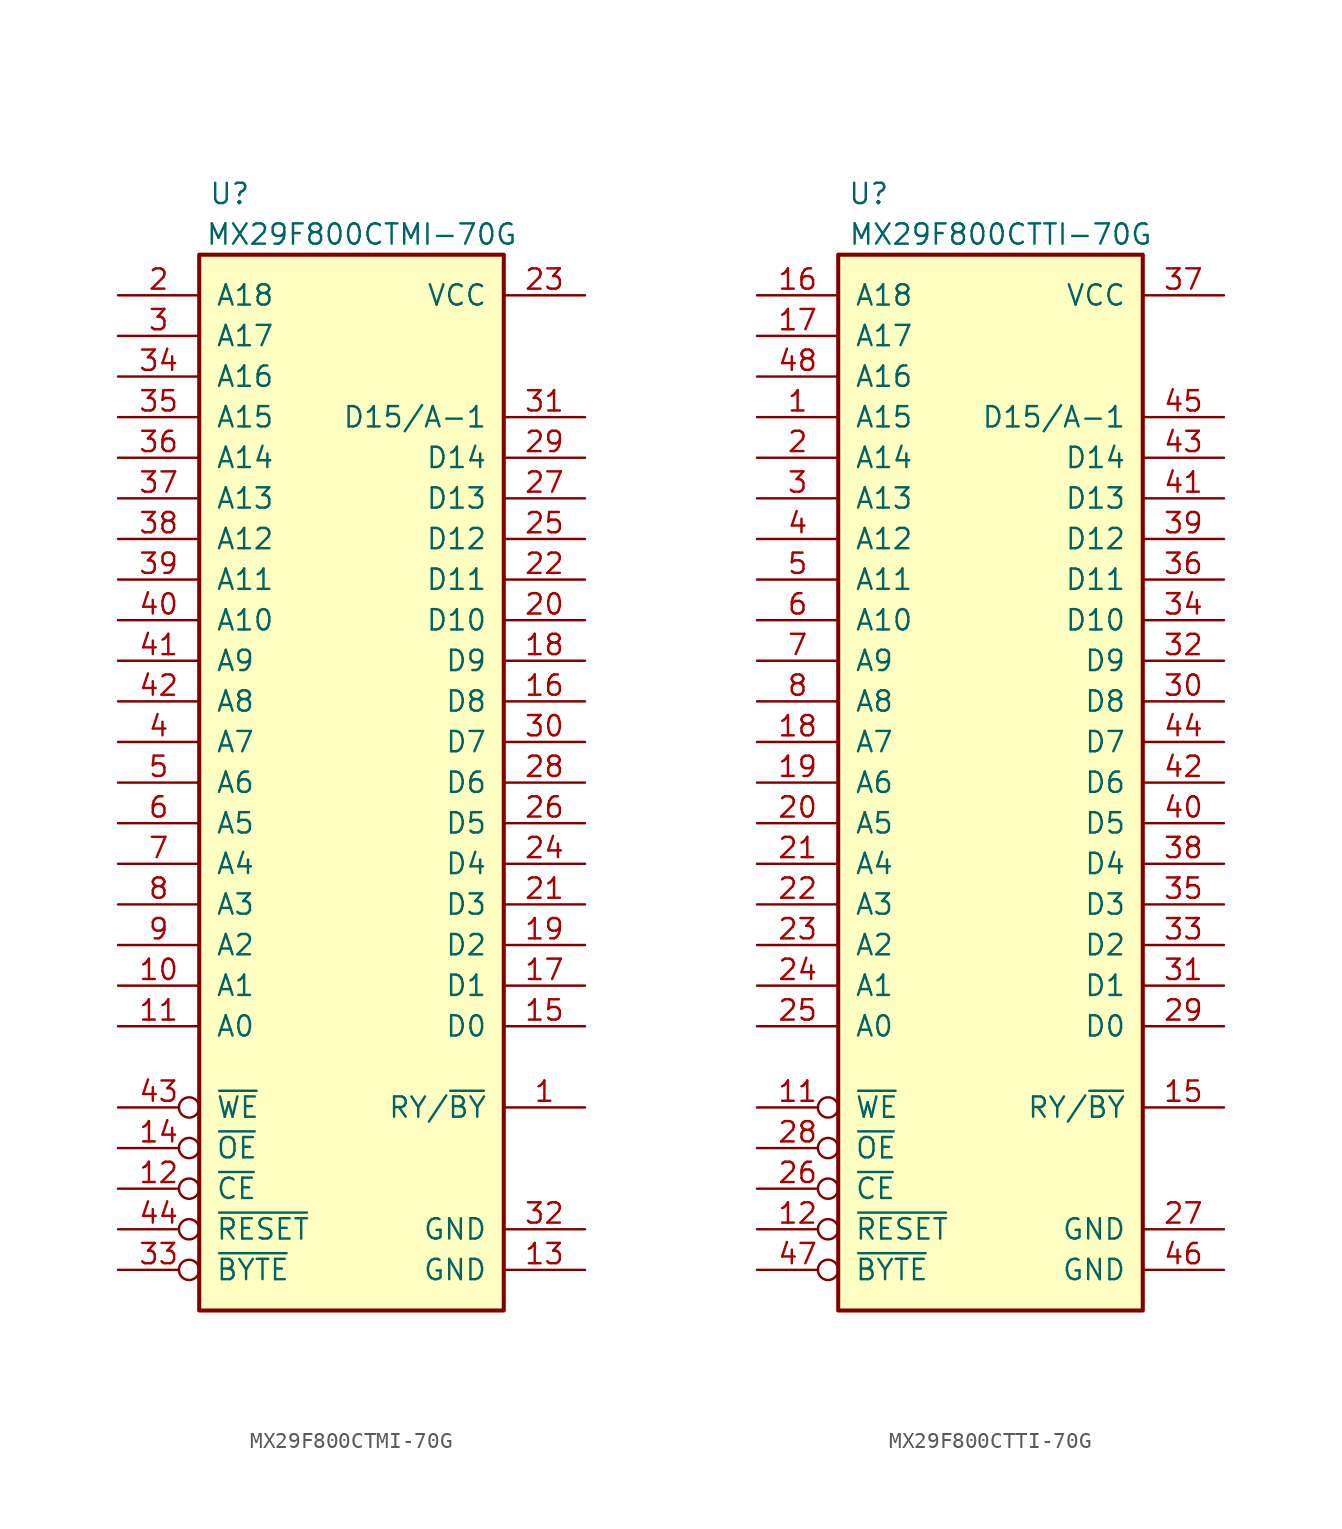
<source format=kicad_sym>
(kicad_symbol_lib
  (version 20211014)
  (generator kicad_symbol_editor)
  (symbol "MX29F800CTMI-70G"
    (pin_names
      (offset 1.016))
    (property "Reference" "U"
      (at 1.905 3.81 0)
      (effects (font (size 1.27 1.27))))
    (property "Value" "MX29F800CTMI-70G"
      (at 10.16 1.27 0)
      (effects (font (size 1.27 1.27))))
    (symbol "MX29F800CTMI-70G_0_0"
      (pin power_in line (at 24.13 -2.54 180) (length 5.08) (name "VCC" (effects (font (size 1.27 1.27)))) (number "23" (effects (font (size 1.27 1.27)))))
      (pin input inverted (at -5.08 -63.5 0) (length 5.08) (name "~{BYTE}" (effects (font (size 1.27 1.27)))) (number "33" (effects (font (size 1.27 1.27))))))
    (symbol "MX29F800CTMI-70G_0_1"
      (rectangle (start 0 0) (end 19.05 -66.04) (stroke (width 0.254) (type default) (color 0 0 0 0)) (fill (type background))))
    (symbol "MX29F800CTMI-70G_1_0"
      (pin power_in line (at 24.13 -63.5 180) (length 5.08) (name "GND" (effects (font (size 1.27 1.27)))) (number "13" (effects (font (size 1.27 1.27)))))
      (pin power_in line (at 24.13 -60.96 180) (length 5.08) (name "GND" (effects (font (size 1.27 1.27)))) (number "32" (effects (font (size 1.27 1.27))))))
    (symbol "MX29F800CTMI-70G_1_1"
      (pin output line (at 24.13 -53.34 180) (length 5.08) (name "RY/~{BY}" (effects (font (size 1.27 1.27)))) (number "1" (effects (font (size 1.27 1.27)))))
      (pin input line (at -5.08 -45.72 0) (length 5.08) (name "A1" (effects (font (size 1.27 1.27)))) (number "10" (effects (font (size 1.27 1.27)))))
      (pin input line (at -5.08 -48.26 0) (length 5.08) (name "A0" (effects (font (size 1.27 1.27)))) (number "11" (effects (font (size 1.27 1.27)))))
      (pin input inverted (at -5.08 -58.42 0) (length 5.08) (name "~{CE}" (effects (font (size 1.27 1.27)))) (number "12" (effects (font (size 1.27 1.27)))))
      (pin input inverted (at -5.08 -55.88 0) (length 5.08) (name "~{OE}" (effects (font (size 1.27 1.27)))) (number "14" (effects (font (size 1.27 1.27)))))
      (pin tri_state line (at 24.13 -48.26 180) (length 5.08) (name "D0" (effects (font (size 1.27 1.27)))) (number "15" (effects (font (size 1.27 1.27)))))
      (pin tri_state line (at 24.13 -27.94 180) (length 5.08) (name "D8" (effects (font (size 1.27 1.27)))) (number "16" (effects (font (size 1.27 1.27)))))
      (pin tri_state line (at 24.13 -45.72 180) (length 5.08) (name "D1" (effects (font (size 1.27 1.27)))) (number "17" (effects (font (size 1.27 1.27)))))
      (pin tri_state line (at 24.13 -25.4 180) (length 5.08) (name "D9" (effects (font (size 1.27 1.27)))) (number "18" (effects (font (size 1.27 1.27)))))
      (pin tri_state line (at 24.13 -43.18 180) (length 5.08) (name "D2" (effects (font (size 1.27 1.27)))) (number "19" (effects (font (size 1.27 1.27)))))
      (pin input line (at -5.08 -2.54 0) (length 5.08) (name "A18" (effects (font (size 1.27 1.27)))) (number "2" (effects (font (size 1.27 1.27)))))
      (pin tri_state line (at 24.13 -22.86 180) (length 5.08) (name "D10" (effects (font (size 1.27 1.27)))) (number "20" (effects (font (size 1.27 1.27)))))
      (pin tri_state line (at 24.13 -40.64 180) (length 5.08) (name "D3" (effects (font (size 1.27 1.27)))) (number "21" (effects (font (size 1.27 1.27)))))
      (pin tri_state line (at 24.13 -20.32 180) (length 5.08) (name "D11" (effects (font (size 1.27 1.27)))) (number "22" (effects (font (size 1.27 1.27)))))
      (pin tri_state line (at 24.13 -38.1 180) (length 5.08) (name "D4" (effects (font (size 1.27 1.27)))) (number "24" (effects (font (size 1.27 1.27)))))
      (pin tri_state line (at 24.13 -17.78 180) (length 5.08) (name "D12" (effects (font (size 1.27 1.27)))) (number "25" (effects (font (size 1.27 1.27)))))
      (pin tri_state line (at 24.13 -35.56 180) (length 5.08) (name "D5" (effects (font (size 1.27 1.27)))) (number "26" (effects (font (size 1.27 1.27)))))
      (pin tri_state line (at 24.13 -15.24 180) (length 5.08) (name "D13" (effects (font (size 1.27 1.27)))) (number "27" (effects (font (size 1.27 1.27)))))
      (pin tri_state line (at 24.13 -33.02 180) (length 5.08) (name "D6" (effects (font (size 1.27 1.27)))) (number "28" (effects (font (size 1.27 1.27)))))
      (pin tri_state line (at 24.13 -12.7 180) (length 5.08) (name "D14" (effects (font (size 1.27 1.27)))) (number "29" (effects (font (size 1.27 1.27)))))
      (pin input line (at -5.08 -5.08 0) (length 5.08) (name "A17" (effects (font (size 1.27 1.27)))) (number "3" (effects (font (size 1.27 1.27)))))
      (pin tri_state line (at 24.13 -30.48 180) (length 5.08) (name "D7" (effects (font (size 1.27 1.27)))) (number "30" (effects (font (size 1.27 1.27)))))
      (pin tri_state line (at 24.13 -10.16 180) (length 5.08) (name "D15/A-1" (effects (font (size 1.27 1.27)))) (number "31" (effects (font (size 1.27 1.27)))))
      (pin input line (at -5.08 -7.62 0) (length 5.08) (name "A16" (effects (font (size 1.27 1.27)))) (number "34" (effects (font (size 1.27 1.27)))))
      (pin input line (at -5.08 -10.16 0) (length 5.08) (name "A15" (effects (font (size 1.27 1.27)))) (number "35" (effects (font (size 1.27 1.27)))))
      (pin input line (at -5.08 -12.7 0) (length 5.08) (name "A14" (effects (font (size 1.27 1.27)))) (number "36" (effects (font (size 1.27 1.27)))))
      (pin input line (at -5.08 -15.24 0) (length 5.08) (name "A13" (effects (font (size 1.27 1.27)))) (number "37" (effects (font (size 1.27 1.27)))))
      (pin input line (at -5.08 -17.78 0) (length 5.08) (name "A12" (effects (font (size 1.27 1.27)))) (number "38" (effects (font (size 1.27 1.27)))))
      (pin input line (at -5.08 -20.32 0) (length 5.08) (name "A11" (effects (font (size 1.27 1.27)))) (number "39" (effects (font (size 1.27 1.27)))))
      (pin input line (at -5.08 -30.48 0) (length 5.08) (name "A7" (effects (font (size 1.27 1.27)))) (number "4" (effects (font (size 1.27 1.27)))))
      (pin input line (at -5.08 -22.86 0) (length 5.08) (name "A10" (effects (font (size 1.27 1.27)))) (number "40" (effects (font (size 1.27 1.27)))))
      (pin input line (at -5.08 -25.4 0) (length 5.08) (name "A9" (effects (font (size 1.27 1.27)))) (number "41" (effects (font (size 1.27 1.27)))))
      (pin input line (at -5.08 -27.94 0) (length 5.08) (name "A8" (effects (font (size 1.27 1.27)))) (number "42" (effects (font (size 1.27 1.27)))))
      (pin input inverted (at -5.08 -53.34 0) (length 5.08) (name "~{WE}" (effects (font (size 1.27 1.27)))) (number "43" (effects (font (size 1.27 1.27)))))
      (pin input inverted (at -5.08 -60.96 0) (length 5.08) (name "~{RESET}" (effects (font (size 1.27 1.27)))) (number "44" (effects (font (size 1.27 1.27)))))
      (pin input line (at -5.08 -33.02 0) (length 5.08) (name "A6" (effects (font (size 1.27 1.27)))) (number "5" (effects (font (size 1.27 1.27)))))
      (pin input line (at -5.08 -35.56 0) (length 5.08) (name "A5" (effects (font (size 1.27 1.27)))) (number "6" (effects (font (size 1.27 1.27)))))
      (pin input line (at -5.08 -38.1 0) (length 5.08) (name "A4" (effects (font (size 1.27 1.27)))) (number "7" (effects (font (size 1.27 1.27)))))
      (pin input line (at -5.08 -40.64 0) (length 5.08) (name "A3" (effects (font (size 1.27 1.27)))) (number "8" (effects (font (size 1.27 1.27)))))
      (pin input line (at -5.08 -43.18 0) (length 5.08) (name "A2" (effects (font (size 1.27 1.27)))) (number "9" (effects (font (size 1.27 1.27)))))))
  (symbol "MX29F800CTTI-70G"
    (pin_names
      (offset 1.016))
    (property "Reference" "U"
      (at 1.905 3.81 0)
      (effects (font (size 1.27 1.27))))
    (property "Value" "MX29F800CTTI-70G"
      (at 10.16 1.27 0)
      (effects (font (size 1.27 1.27))))
    (symbol "MX29F800CTTI-70G_0_0"
      (pin passive line (at 24.13 -2.54 180) (length 5.08) (name "VCC" (effects (font (size 1.27 1.27)))) (number "37" (effects (font (size 1.27 1.27)))))
      (pin input inverted (at -5.08 -63.5 0) (length 5.08) (name "~{BYTE}" (effects (font (size 1.27 1.27)))) (number "47" (effects (font (size 1.27 1.27))))))
    (symbol "MX29F800CTTI-70G_0_1"
      (rectangle (start 0 0) (end 19.05 -66.04) (stroke (width 0.254) (type default) (color 0 0 0 0)) (fill (type background))))
    (symbol "MX29F800CTTI-70G_1_0"
      (pin power_in line (at 24.13 -60.96 180) (length 5.08) (name "GND" (effects (font (size 1.27 1.27)))) (number "27" (effects (font (size 1.27 1.27)))))
      (pin power_in line (at 24.13 -63.5 180) (length 5.08) (name "GND" (effects (font (size 1.27 1.27)))) (number "46" (effects (font (size 1.27 1.27))))))
    (symbol "MX29F800CTTI-70G_1_1"
      (pin input line (at -5.08 -10.16 0) (length 5.08) (name "A15" (effects (font (size 1.27 1.27)))) (number "1" (effects (font (size 1.27 1.27)))))
      (pin input inverted (at -5.08 -53.34 0) (length 5.08) (name "~{WE}" (effects (font (size 1.27 1.27)))) (number "11" (effects (font (size 1.27 1.27)))))
      (pin input inverted (at -5.08 -60.96 0) (length 5.08) (name "~{RESET}" (effects (font (size 1.27 1.27)))) (number "12" (effects (font (size 1.27 1.27)))))
      (pin output line (at 24.13 -53.34 180) (length 5.08) (name "RY/~{BY}" (effects (font (size 1.27 1.27)))) (number "15" (effects (font (size 1.27 1.27)))))
      (pin input line (at -5.08 -2.54 0) (length 5.08) (name "A18" (effects (font (size 1.27 1.27)))) (number "16" (effects (font (size 1.27 1.27)))))
      (pin input line (at -5.08 -5.08 0) (length 5.08) (name "A17" (effects (font (size 1.27 1.27)))) (number "17" (effects (font (size 1.27 1.27)))))
      (pin input line (at -5.08 -30.48 0) (length 5.08) (name "A7" (effects (font (size 1.27 1.27)))) (number "18" (effects (font (size 1.27 1.27)))))
      (pin input line (at -5.08 -33.02 0) (length 5.08) (name "A6" (effects (font (size 1.27 1.27)))) (number "19" (effects (font (size 1.27 1.27)))))
      (pin input line (at -5.08 -12.7 0) (length 5.08) (name "A14" (effects (font (size 1.27 1.27)))) (number "2" (effects (font (size 1.27 1.27)))))
      (pin input line (at -5.08 -35.56 0) (length 5.08) (name "A5" (effects (font (size 1.27 1.27)))) (number "20" (effects (font (size 1.27 1.27)))))
      (pin input line (at -5.08 -38.1 0) (length 5.08) (name "A4" (effects (font (size 1.27 1.27)))) (number "21" (effects (font (size 1.27 1.27)))))
      (pin input line (at -5.08 -40.64 0) (length 5.08) (name "A3" (effects (font (size 1.27 1.27)))) (number "22" (effects (font (size 1.27 1.27)))))
      (pin input line (at -5.08 -43.18 0) (length 5.08) (name "A2" (effects (font (size 1.27 1.27)))) (number "23" (effects (font (size 1.27 1.27)))))
      (pin input line (at -5.08 -45.72 0) (length 5.08) (name "A1" (effects (font (size 1.27 1.27)))) (number "24" (effects (font (size 1.27 1.27)))))
      (pin input line (at -5.08 -48.26 0) (length 5.08) (name "A0" (effects (font (size 1.27 1.27)))) (number "25" (effects (font (size 1.27 1.27)))))
      (pin input inverted (at -5.08 -58.42 0) (length 5.08) (name "~{CE}" (effects (font (size 1.27 1.27)))) (number "26" (effects (font (size 1.27 1.27)))))
      (pin input inverted (at -5.08 -55.88 0) (length 5.08) (name "~{OE}" (effects (font (size 1.27 1.27)))) (number "28" (effects (font (size 1.27 1.27)))))
      (pin tri_state line (at 24.13 -48.26 180) (length 5.08) (name "D0" (effects (font (size 1.27 1.27)))) (number "29" (effects (font (size 1.27 1.27)))))
      (pin input line (at -5.08 -15.24 0) (length 5.08) (name "A13" (effects (font (size 1.27 1.27)))) (number "3" (effects (font (size 1.27 1.27)))))
      (pin tri_state line (at 24.13 -27.94 180) (length 5.08) (name "D8" (effects (font (size 1.27 1.27)))) (number "30" (effects (font (size 1.27 1.27)))))
      (pin tri_state line (at 24.13 -45.72 180) (length 5.08) (name "D1" (effects (font (size 1.27 1.27)))) (number "31" (effects (font (size 1.27 1.27)))))
      (pin tri_state line (at 24.13 -25.4 180) (length 5.08) (name "D9" (effects (font (size 1.27 1.27)))) (number "32" (effects (font (size 1.27 1.27)))))
      (pin tri_state line (at 24.13 -43.18 180) (length 5.08) (name "D2" (effects (font (size 1.27 1.27)))) (number "33" (effects (font (size 1.27 1.27)))))
      (pin tri_state line (at 24.13 -22.86 180) (length 5.08) (name "D10" (effects (font (size 1.27 1.27)))) (number "34" (effects (font (size 1.27 1.27)))))
      (pin tri_state line (at 24.13 -40.64 180) (length 5.08) (name "D3" (effects (font (size 1.27 1.27)))) (number "35" (effects (font (size 1.27 1.27)))))
      (pin tri_state line (at 24.13 -20.32 180) (length 5.08) (name "D11" (effects (font (size 1.27 1.27)))) (number "36" (effects (font (size 1.27 1.27)))))
      (pin tri_state line (at 24.13 -38.1 180) (length 5.08) (name "D4" (effects (font (size 1.27 1.27)))) (number "38" (effects (font (size 1.27 1.27)))))
      (pin tri_state line (at 24.13 -17.78 180) (length 5.08) (name "D12" (effects (font (size 1.27 1.27)))) (number "39" (effects (font (size 1.27 1.27)))))
      (pin input line (at -5.08 -17.78 0) (length 5.08) (name "A12" (effects (font (size 1.27 1.27)))) (number "4" (effects (font (size 1.27 1.27)))))
      (pin tri_state line (at 24.13 -35.56 180) (length 5.08) (name "D5" (effects (font (size 1.27 1.27)))) (number "40" (effects (font (size 1.27 1.27)))))
      (pin tri_state line (at 24.13 -15.24 180) (length 5.08) (name "D13" (effects (font (size 1.27 1.27)))) (number "41" (effects (font (size 1.27 1.27)))))
      (pin tri_state line (at 24.13 -33.02 180) (length 5.08) (name "D6" (effects (font (size 1.27 1.27)))) (number "42" (effects (font (size 1.27 1.27)))))
      (pin tri_state line (at 24.13 -12.7 180) (length 5.08) (name "D14" (effects (font (size 1.27 1.27)))) (number "43" (effects (font (size 1.27 1.27)))))
      (pin tri_state line (at 24.13 -30.48 180) (length 5.08) (name "D7" (effects (font (size 1.27 1.27)))) (number "44" (effects (font (size 1.27 1.27)))))
      (pin tri_state line (at 24.13 -10.16 180) (length 5.08) (name "D15/A-1" (effects (font (size 1.27 1.27)))) (number "45" (effects (font (size 1.27 1.27)))))
      (pin input line (at -5.08 -7.62 0) (length 5.08) (name "A16" (effects (font (size 1.27 1.27)))) (number "48" (effects (font (size 1.27 1.27)))))
      (pin input line (at -5.08 -20.32 0) (length 5.08) (name "A11" (effects (font (size 1.27 1.27)))) (number "5" (effects (font (size 1.27 1.27)))))
      (pin input line (at -5.08 -22.86 0) (length 5.08) (name "A10" (effects (font (size 1.27 1.27)))) (number "6" (effects (font (size 1.27 1.27)))))
      (pin input line (at -5.08 -25.4 0) (length 5.08) (name "A9" (effects (font (size 1.27 1.27)))) (number "7" (effects (font (size 1.27 1.27)))))
      (pin input line (at -5.08 -27.94 0) (length 5.08) (name "A8" (effects (font (size 1.27 1.27)))) (number "8" (effects (font (size 1.27 1.27))))))))
</source>
